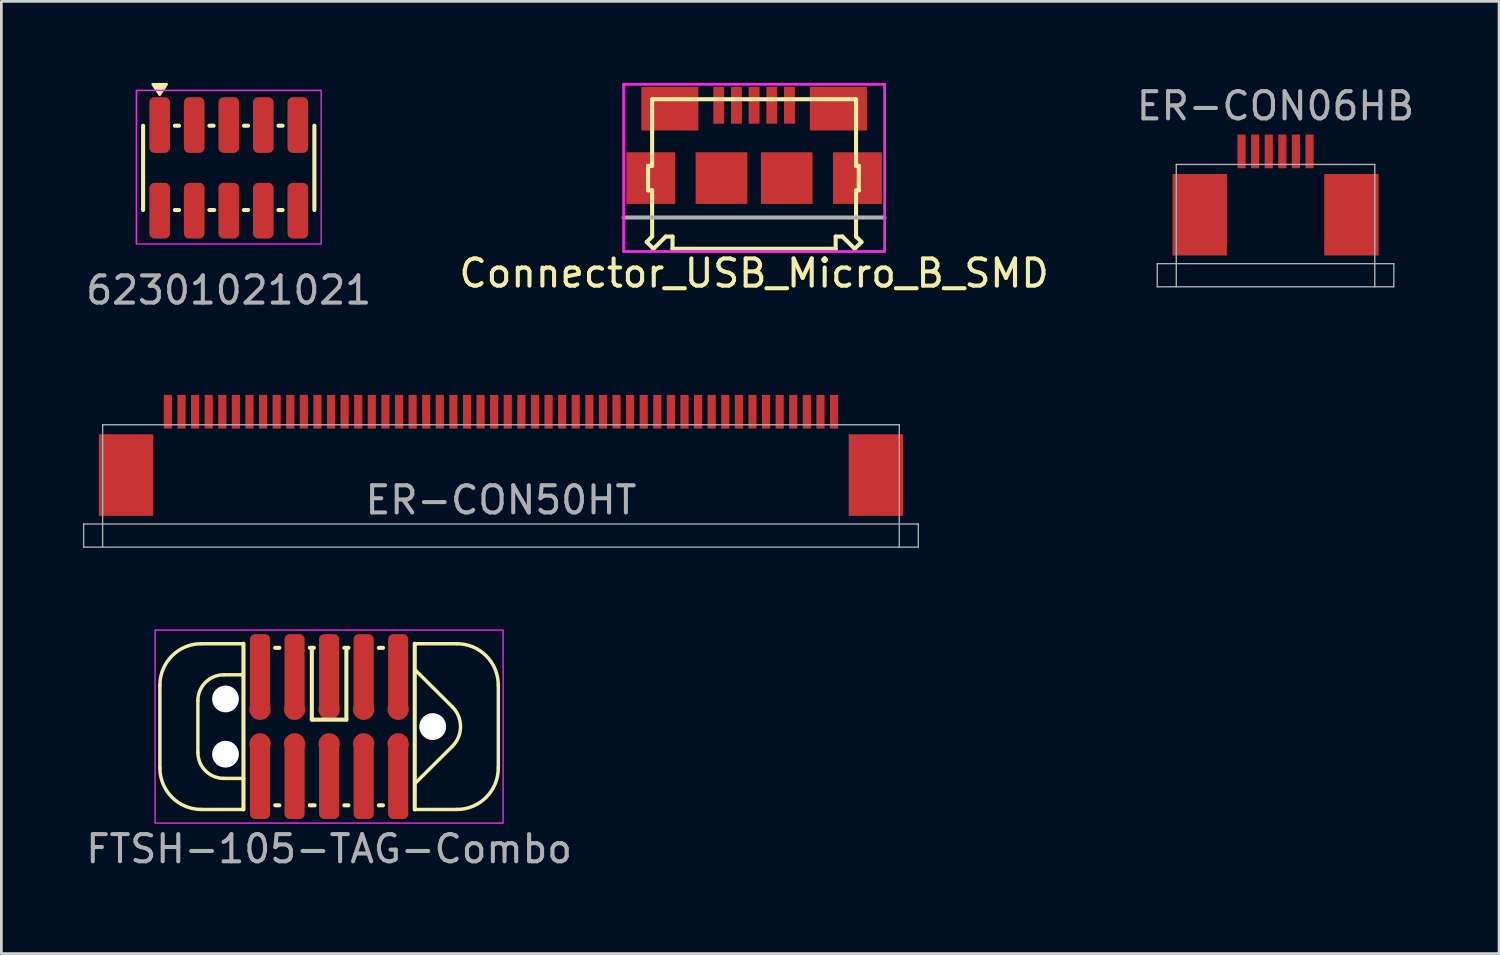
<source format=kicad_pcb>
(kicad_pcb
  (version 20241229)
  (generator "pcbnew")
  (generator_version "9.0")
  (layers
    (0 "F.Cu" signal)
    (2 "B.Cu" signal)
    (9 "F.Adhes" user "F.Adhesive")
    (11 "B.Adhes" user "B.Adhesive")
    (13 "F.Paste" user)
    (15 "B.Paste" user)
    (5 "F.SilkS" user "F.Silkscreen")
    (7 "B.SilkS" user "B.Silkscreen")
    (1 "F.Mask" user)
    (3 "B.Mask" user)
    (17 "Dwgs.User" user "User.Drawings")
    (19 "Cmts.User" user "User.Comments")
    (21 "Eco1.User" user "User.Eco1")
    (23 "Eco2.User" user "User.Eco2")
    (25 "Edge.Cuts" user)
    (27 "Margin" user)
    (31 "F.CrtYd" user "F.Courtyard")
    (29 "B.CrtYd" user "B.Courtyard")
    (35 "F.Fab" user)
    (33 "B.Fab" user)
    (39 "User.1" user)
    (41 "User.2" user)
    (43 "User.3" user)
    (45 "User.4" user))
  (footprint "ER-CON50HT"
    (layer "F.Cu")
    (at 15.375 14.423)
    (property "Reference" "ER-CON50HT" (at 0 0.92 0) (layer "F.Fab") (effects (font (size 1 1) (thickness 0.15))))
    (attr smd)
    (fp_line (start -15.35 1.8) (end -15.35 2.65) (stroke (width 0.05) (type solid)) (layer "F.Fab"))
    (fp_line (start -15.35 1.8) (end 15.35 1.8) (stroke (width 0.05) (type solid)) (layer "F.Fab"))
    (fp_line (start -15.35 2.65) (end 15.35 2.65) (stroke (width 0.05) (type solid)) (layer "F.Fab"))
    (fp_line (start -14.65 -1.85) (end -14.65 2.65) (stroke (width 0.05) (type solid)) (layer "F.Fab"))
    (fp_line (start 14.65 -1.85) (end -14.65 -1.85) (stroke (width 0.05) (type solid)) (layer "F.Fab"))
    (fp_line (start 14.65 2.65) (end 14.65 -1.85) (stroke (width 0.05) (type solid)) (layer "F.Fab"))
    (fp_line (start 15.35 1.8) (end 15.35 2.65) (stroke (width 0.05) (type solid)) (layer "F.Fab"))
    (pad "1" smd rect (at -12.25 -2.33) (size 0.3 1.24) (layers "F.Cu" "F.Mask" "F.Paste"))
    (pad "2" smd rect (at -11.75 -2.33) (size 0.3 1.24) (layers "F.Cu" "F.Mask" "F.Paste"))
    (pad "3" smd rect (at -11.25 -2.33) (size 0.3 1.24) (layers "F.Cu" "F.Mask" "F.Paste"))
    (pad "4" smd rect (at -10.75 -2.33) (size 0.3 1.24) (layers "F.Cu" "F.Mask" "F.Paste"))
    (pad "5" smd rect (at -10.25 -2.33) (size 0.3 1.24) (layers "F.Cu" "F.Mask" "F.Paste"))
    (pad "6" smd rect (at -9.75 -2.33) (size 0.3 1.24) (layers "F.Cu" "F.Mask" "F.Paste"))
    (pad "7" smd rect (at -9.25 -2.33) (size 0.3 1.24) (layers "F.Cu" "F.Mask" "F.Paste"))
    (pad "8" smd rect (at -8.75 -2.33) (size 0.3 1.24) (layers "F.Cu" "F.Mask" "F.Paste"))
    (pad "9" smd rect (at -8.25 -2.33) (size 0.3 1.24) (layers "F.Cu" "F.Mask" "F.Paste"))
    (pad "10" smd rect (at -7.75 -2.33) (size 0.3 1.24) (layers "F.Cu" "F.Mask" "F.Paste"))
    (pad "11" smd rect (at -7.25 -2.33) (size 0.3 1.24) (layers "F.Cu" "F.Mask" "F.Paste"))
    (pad "12" smd rect (at -6.75 -2.33) (size 0.3 1.24) (layers "F.Cu" "F.Mask" "F.Paste"))
    (pad "13" smd rect (at -6.25 -2.33) (size 0.3 1.24) (layers "F.Cu" "F.Mask" "F.Paste"))
    (pad "14" smd rect (at -5.75 -2.33) (size 0.3 1.24) (layers "F.Cu" "F.Mask" "F.Paste"))
    (pad "15" smd rect (at -5.25 -2.33) (size 0.3 1.24) (layers "F.Cu" "F.Mask" "F.Paste"))
    (pad "16" smd rect (at -4.75 -2.33) (size 0.3 1.24) (layers "F.Cu" "F.Mask" "F.Paste"))
    (pad "17" smd rect (at -4.25 -2.33) (size 0.3 1.24) (layers "F.Cu" "F.Mask" "F.Paste"))
    (pad "18" smd rect (at -3.75 -2.33) (size 0.3 1.24) (layers "F.Cu" "F.Mask" "F.Paste"))
    (pad "19" smd rect (at -3.25 -2.33) (size 0.3 1.24) (layers "F.Cu" "F.Mask" "F.Paste"))
    (pad "20" smd rect (at -2.75 -2.33) (size 0.3 1.24) (layers "F.Cu" "F.Mask" "F.Paste"))
    (pad "21" smd rect (at -2.25 -2.33) (size 0.3 1.24) (layers "F.Cu" "F.Mask" "F.Paste"))
    (pad "22" smd rect (at -1.75 -2.33) (size 0.3 1.24) (layers "F.Cu" "F.Mask" "F.Paste"))
    (pad "23" smd rect (at -1.25 -2.33) (size 0.3 1.24) (layers "F.Cu" "F.Mask" "F.Paste"))
    (pad "24" smd rect (at -0.75 -2.33) (size 0.3 1.24) (layers "F.Cu" "F.Mask" "F.Paste"))
    (pad "25" smd rect (at -0.25 -2.33) (size 0.3 1.24) (layers "F.Cu" "F.Mask" "F.Paste"))
    (pad "26" smd rect (at 0.25 -2.33) (size 0.3 1.24) (layers "F.Cu" "F.Mask" "F.Paste"))
    (pad "27" smd rect (at 0.75 -2.33) (size 0.3 1.24) (layers "F.Cu" "F.Mask" "F.Paste"))
    (pad "28" smd rect (at 1.25 -2.33) (size 0.3 1.24) (layers "F.Cu" "F.Mask" "F.Paste"))
    (pad "29" smd rect (at 1.75 -2.33) (size 0.3 1.24) (layers "F.Cu" "F.Mask" "F.Paste"))
    (pad "30" smd rect (at 2.25 -2.33) (size 0.3 1.24) (layers "F.Cu" "F.Mask" "F.Paste"))
    (pad "31" smd rect (at 2.75 -2.33) (size 0.3 1.24) (layers "F.Cu" "F.Mask" "F.Paste"))
    (pad "32" smd rect (at 3.25 -2.33) (size 0.3 1.24) (layers "F.Cu" "F.Mask" "F.Paste"))
    (pad "33" smd rect (at 3.75 -2.33) (size 0.3 1.24) (layers "F.Cu" "F.Mask" "F.Paste"))
    (pad "34" smd rect (at 4.25 -2.33) (size 0.3 1.24) (layers "F.Cu" "F.Mask" "F.Paste"))
    (pad "35" smd rect (at 4.75 -2.33) (size 0.3 1.24) (layers "F.Cu" "F.Mask" "F.Paste"))
    (pad "36" smd rect (at 5.25 -2.33) (size 0.3 1.24) (layers "F.Cu" "F.Mask" "F.Paste"))
    (pad "37" smd rect (at 5.75 -2.33) (size 0.3 1.24) (layers "F.Cu" "F.Mask" "F.Paste"))
    (pad "38" smd rect (at 6.25 -2.33) (size 0.3 1.24) (layers "F.Cu" "F.Mask" "F.Paste"))
    (pad "39" smd rect (at 6.75 -2.33) (size 0.3 1.24) (layers "F.Cu" "F.Mask" "F.Paste"))
    (pad "40" smd rect (at 7.25 -2.33) (size 0.3 1.24) (layers "F.Cu" "F.Mask" "F.Paste"))
    (pad "41" smd rect (at 7.75 -2.33) (size 0.3 1.24) (layers "F.Cu" "F.Mask" "F.Paste"))
    (pad "42" smd rect (at 8.25 -2.33) (size 0.3 1.24) (layers "F.Cu" "F.Mask" "F.Paste"))
    (pad "43" smd rect (at 8.75 -2.33) (size 0.3 1.24) (layers "F.Cu" "F.Mask" "F.Paste"))
    (pad "44" smd rect (at 9.25 -2.33) (size 0.3 1.24) (layers "F.Cu" "F.Mask" "F.Paste"))
    (pad "45" smd rect (at 9.75 -2.33) (size 0.3 1.24) (layers "F.Cu" "F.Mask" "F.Paste"))
    (pad "46" smd rect (at 10.25 -2.33) (size 0.3 1.24) (layers "F.Cu" "F.Mask" "F.Paste"))
    (pad "47" smd rect (at 10.75 -2.33) (size 0.3 1.24) (layers "F.Cu" "F.Mask" "F.Paste"))
    (pad "48" smd rect (at 11.25 -2.33) (size 0.3 1.24) (layers "F.Cu" "F.Mask" "F.Paste"))
    (pad "49" smd rect (at 11.75 -2.33) (size 0.3 1.24) (layers "F.Cu" "F.Mask" "F.Paste"))
    (pad "50" smd rect (at 12.25 -2.33) (size 0.3 1.24) (layers "F.Cu" "F.Mask" "F.Paste"))
    (pad "P" smd rect (at -13.79 0) (size 2 3) (layers "F.Cu" "F.Mask" "F.Paste"))
    (pad "P" smd rect (at 13.79 0) (size 2 3) (layers "F.Cu" "F.Mask" "F.Paste")))
  (footprint "FTSH-105-TAG-Combo"
    (layer "F.Cu")
    (at 9.054 23.673)
    (property "Reference" "FTSH-105-TAG-Combo" (at 0 4.5 0) (layer "F.Fab") (effects (font (size 1 1) (thickness 0.15))))
    (attr smd)
    (fp_line (start -6.223 1.524) (end -6.223 -1.524) (stroke (width 0.127) (type solid)) (layer "F.SilkS"))
    (fp_line (start -4.826 0.953) (end -4.826 -0.953) (stroke (width 0.127) (type solid)) (layer "F.SilkS"))
    (fp_line (start -4.699 -3.048) (end -3.15 -3.048) (stroke (width 0.127) (type default)) (layer "F.SilkS"))
    (fp_line (start -4.699 3.048) (end -3.15 3.048) (stroke (width 0.127) (type default)) (layer "F.SilkS"))
    (fp_line (start -3.873 -1.905) (end -3.15 -1.905) (stroke (width 0.127) (type default)) (layer "F.SilkS"))
    (fp_line (start -3.873 1.905) (end -3.14 1.905) (stroke (width 0.127) (type default)) (layer "F.SilkS"))
    (fp_line (start -3.15 3.048) (end -3.15 -3.048) (stroke (width 0.15) (type solid)) (layer "F.SilkS"))
    (fp_line (start -1.981 2.896) (end -1.829 2.896) (stroke (width 0.15) (type solid)) (layer "F.SilkS"))
    (fp_line (start -1.829 -2.896) (end -1.981 -2.896) (stroke (width 0.15) (type solid)) (layer "F.SilkS"))
    (fp_line (start -0.711 2.896) (end -0.533 2.896) (stroke (width 0.15) (type solid)) (layer "F.SilkS"))
    (fp_line (start -0.635 -0.254) (end -0.635 -2.794) (stroke (width 0.15) (type solid)) (layer "F.SilkS"))
    (fp_line (start -0.559 -2.896) (end -0.711 -2.896) (stroke (width 0.15) (type solid)) (layer "F.SilkS"))
    (fp_line (start 0.559 2.896) (end 0.711 2.896) (stroke (width 0.15) (type solid)) (layer "F.SilkS"))
    (fp_line (start 0.635 -2.794) (end 0.635 -0.254) (stroke (width 0.15) (type solid)) (layer "F.SilkS"))
    (fp_line (start 0.635 -0.254) (end -0.635 -0.254) (stroke (width 0.15) (type solid)) (layer "F.SilkS"))
    (fp_line (start 0.711 -2.896) (end 0.559 -2.896) (stroke (width 0.15) (type solid)) (layer "F.SilkS"))
    (fp_line (start 1.829 2.896) (end 1.981 2.896) (stroke (width 0.15) (type solid)) (layer "F.SilkS"))
    (fp_line (start 1.981 -2.896) (end 1.829 -2.896) (stroke (width 0.15) (type solid)) (layer "F.SilkS"))
    (fp_line (start 3.15 3.048) (end 3.15 -3.048) (stroke (width 0.15) (type solid)) (layer "F.SilkS"))
    (fp_line (start 4.534 -0.724) (end 3.15 -2.1) (stroke (width 0.127) (type solid)) (layer "F.SilkS"))
    (fp_line (start 4.534 0.724) (end 3.15 2.1) (stroke (width 0.127) (type solid)) (layer "F.SilkS"))
    (fp_line (start 4.699 -3.048) (end 3.15 -3.048) (stroke (width 0.127) (type default)) (layer "F.SilkS"))
    (fp_line (start 4.699 3.048) (end 3.15 3.048) (stroke (width 0.127) (type default)) (layer "F.SilkS"))
    (fp_line (start 6.223 -1.524) (end 6.223 1.524) (stroke (width 0.127) (type solid)) (layer "F.SilkS"))
    (fp_arc (start -6.223 -1.524) (mid -5.776631 -2.601631) (end -4.699 -3.048) (stroke (width 0.127) (type solid)) (layer "F.SilkS"))
    (fp_arc (start -4.826 -0.9525) (mid -4.547019 -1.626019) (end -3.8735 -1.905) (stroke (width 0.127) (type solid)) (layer "F.SilkS"))
    (fp_arc (start -4.699 3.048) (mid -5.776631 2.601631) (end -6.223 1.524) (stroke (width 0.127) (type solid)) (layer "F.SilkS"))
    (fp_arc (start -3.8735 1.905) (mid -4.547019 1.626019) (end -4.826 0.9525) (stroke (width 0.127) (type solid)) (layer "F.SilkS"))
    (fp_arc (start 4.5339 -0.7239) (mid 4.833749 0) (end 4.5339 0.7239) (stroke (width 0.127) (type solid)) (layer "F.SilkS"))
    (fp_arc (start 4.699 -3.048) (mid 5.776631 -2.601631) (end 6.223 -1.524) (stroke (width 0.127) (type solid)) (layer "F.SilkS"))
    (fp_arc (start 6.223 1.524) (mid 5.776631 2.601631) (end 4.699 3.048) (stroke (width 0.127) (type solid)) (layer "F.SilkS"))
    (fp_rect (start -6.4 -3.55) (end 6.4 3.55) (stroke (width 0.05) (type default)) (fill no) (layer "F.CrtYd"))
    (pad "" np_thru_hole circle (at -3.81 -1.016 180) (size 0.986 0.986) (drill 0.986) (layers "*.Cu" "*.Mask"))
    (pad "" np_thru_hole circle (at -3.81 1.016 180) (size 0.986 0.986) (drill 0.986) (layers "*.Cu" "*.Mask"))
    (pad "" np_thru_hole circle (at 3.81 0 180) (size 0.988 0.988) (drill 0.988) (layers "*.Cu" "*.Mask"))
    (pad "1" smd roundrect (at 2.54 -2 180) (size 0.74 2.8) (layers "F.Cu" "F.Mask" "F.Paste") (roundrect_rratio 0.25))
    (pad "1" connect circle (at 2.54 -0.635 180) (size 0.785 0.785) (layers "F.Cu" "F.Mask"))
    (pad "2" connect circle (at 2.54 0.635 180) (size 0.785 0.785) (layers "F.Cu" "F.Mask"))
    (pad "2" smd roundrect (at 2.54 2 180) (size 0.74 2.8) (layers "F.Cu" "F.Mask" "F.Paste") (roundrect_rratio 0.25))
    (pad "3" smd roundrect (at 1.27 -2 180) (size 0.74 2.8) (layers "F.Cu" "F.Mask" "F.Paste") (roundrect_rratio 0.25))
    (pad "3" connect circle (at 1.27 -0.635 180) (size 0.785 0.785) (layers "F.Cu" "F.Mask"))
    (pad "4" connect circle (at 1.27 0.635 180) (size 0.785 0.785) (layers "F.Cu" "F.Mask"))
    (pad "4" smd roundrect (at 1.27 2 180) (size 0.74 2.8) (layers "F.Cu" "F.Mask" "F.Paste") (roundrect_rratio 0.25))
    (pad "5" smd roundrect (at 0 -2 180) (size 0.74 2.8) (layers "F.Cu" "F.Mask" "F.Paste") (roundrect_rratio 0.25))
    (pad "5" connect circle (at 0 -0.635 180) (size 0.785 0.785) (layers "F.Cu" "F.Mask"))
    (pad "6" connect circle (at 0 0.635 180) (size 0.785 0.785) (layers "F.Cu" "F.Mask"))
    (pad "6" smd roundrect (at 0 2 180) (size 0.74 2.8) (layers "F.Cu" "F.Mask" "F.Paste") (roundrect_rratio 0.25))
    (pad "7" smd roundrect (at -1.27 -2 180) (size 0.74 2.8) (layers "F.Cu" "F.Mask" "F.Paste") (roundrect_rratio 0.25))
    (pad "7" connect circle (at -1.27 -0.635 180) (size 0.785 0.785) (layers "F.Cu" "F.Mask"))
    (pad "8" connect circle (at -1.27 0.635 180) (size 0.785 0.785) (layers "F.Cu" "F.Mask"))
    (pad "8" smd roundrect (at -1.27 2 180) (size 0.74 2.8) (layers "F.Cu" "F.Mask" "F.Paste") (roundrect_rratio 0.25))
    (pad "9" smd roundrect (at -2.54 -2 180) (size 0.74 2.8) (layers "F.Cu" "F.Mask" "F.Paste") (roundrect_rratio 0.25))
    (pad "9" connect circle (at -2.54 -0.635 180) (size 0.785 0.785) (layers "F.Cu" "F.Mask"))
    (pad "10" connect circle (at -2.54 0.635 180) (size 0.785 0.785) (layers "F.Cu" "F.Mask"))
    (pad "10" smd roundrect (at -2.54 2 180) (size 0.74 2.8) (layers "F.Cu" "F.Mask" "F.Paste") (roundrect_rratio 0.25)))
  (footprint "Connector_USB_Micro_B_SMD"
    (layer "F.Cu")
    (at 24.685 3.5)
    (property "Reference" "Connector_USB_Micro_B_SMD" (at 0 3.5 0) (layer "F.SilkS") (effects (font (size 1 1) (thickness 0.15))))
    (attr through_hole)
    (fp_line (start -3.95 2.35) (end -3.7 2.6) (stroke (width 0.15) (type solid)) (layer "F.SilkS"))
    (fp_line (start -3.9 -0.45) (end -3.9 0.45) (stroke (width 0.15) (type solid)) (layer "F.SilkS"))
    (fp_line (start -3.9 0.45) (end -3.75 0.45) (stroke (width 0.15) (type solid)) (layer "F.SilkS"))
    (fp_line (start -3.75 -2.9) (end -3.75 -0.45) (stroke (width 0.15) (type solid)) (layer "F.SilkS"))
    (fp_line (start -3.75 -2.9) (end 3.75 -2.9) (stroke (width 0.15) (type solid)) (layer "F.SilkS"))
    (fp_line (start -3.75 -0.45) (end -3.9 -0.45) (stroke (width 0.15) (type solid)) (layer "F.SilkS"))
    (fp_line (start -3.75 0.45) (end -3.75 2.15) (stroke (width 0.15) (type solid)) (layer "F.SilkS"))
    (fp_line (start -3.75 2.15) (end -3.95 2.35) (stroke (width 0.15) (type solid)) (layer "F.SilkS"))
    (fp_line (start -3.7 2.6) (end -3.25 2.15) (stroke (width 0.15) (type solid)) (layer "F.SilkS"))
    (fp_line (start -3.25 2.15) (end -3 2.15) (stroke (width 0.15) (type solid)) (layer "F.SilkS"))
    (fp_line (start -3 2.15) (end -3 2.6) (stroke (width 0.15) (type solid)) (layer "F.SilkS"))
    (fp_line (start -3 2.6) (end 3 2.6) (stroke (width 0.15) (type solid)) (layer "F.SilkS"))
    (fp_line (start 3 2.15) (end 3 2.6) (stroke (width 0.15) (type solid)) (layer "F.SilkS"))
    (fp_line (start 3.25 2.15) (end 3 2.15) (stroke (width 0.15) (type solid)) (layer "F.SilkS"))
    (fp_line (start 3.7 2.6) (end 3.25 2.15) (stroke (width 0.15) (type solid)) (layer "F.SilkS"))
    (fp_line (start 3.75 -2.9) (end 3.75 -0.45) (stroke (width 0.15) (type solid)) (layer "F.SilkS"))
    (fp_line (start 3.75 -0.45) (end 3.85 -0.45) (stroke (width 0.15) (type solid)) (layer "F.SilkS"))
    (fp_line (start 3.75 0.45) (end 3.75 2.15) (stroke (width 0.15) (type solid)) (layer "F.SilkS"))
    (fp_line (start 3.75 2.15) (end 3.95 2.35) (stroke (width 0.15) (type solid)) (layer "F.SilkS"))
    (fp_line (start 3.85 -0.45) (end 3.85 0.45) (stroke (width 0.15) (type solid)) (layer "F.SilkS"))
    (fp_line (start 3.85 0.45) (end 3.75 0.45) (stroke (width 0.15) (type solid)) (layer "F.SilkS"))
    (fp_line (start 3.95 2.35) (end 3.7 2.6) (stroke (width 0.15) (type solid)) (layer "F.SilkS"))
    (fp_line (start -4.8 -3.45) (end 4.8 -3.45) (stroke (width 0.1) (type solid)) (layer "F.CrtYd"))
    (fp_line (start -4.8 2.7) (end -4.8 -3.45) (stroke (width 0.1) (type solid)) (layer "F.CrtYd"))
    (fp_line (start 4.8 -3.45) (end 4.8 2.7) (stroke (width 0.1) (type solid)) (layer "F.CrtYd"))
    (fp_line (start 4.8 2.7) (end -4.8 2.7) (stroke (width 0.1) (type solid)) (layer "F.CrtYd"))
    (fp_line (start -4.8 1.45) (end 4.8 1.45) (stroke (width 0.15) (type solid)) (layer "F.Fab"))
    (pad "1" smd rect (at -1.3 -2.675) (size 0.4 1.35) (layers "F.Cu" "F.Mask" "F.Paste"))
    (pad "2" smd rect (at -0.65 -2.675) (size 0.4 1.35) (layers "F.Cu" "F.Mask" "F.Paste"))
    (pad "3" smd rect (at 0 -2.675) (size 0.4 1.35) (layers "F.Cu" "F.Mask" "F.Paste"))
    (pad "4" smd rect (at 0.65 -2.675) (size 0.4 1.35) (layers "F.Cu" "F.Mask" "F.Paste"))
    (pad "5" smd rect (at 1.3 -2.675) (size 0.4 1.35) (layers "F.Cu" "F.Mask" "F.Paste"))
    (pad "GND" smd rect (at -3.8 0) (size 1.8 1.9) (layers "F.Cu" "F.Mask" "F.Paste"))
    (pad "GND" smd rect (at -3.1 -2.55) (size 2.1 1.6) (layers "F.Cu" "F.Mask" "F.Paste"))
    (pad "GND" smd rect (at -1.2 0) (size 1.9 1.9) (layers "F.Cu" "F.Mask" "F.Paste"))
    (pad "GND" smd rect (at 1.2 0) (size 1.9 1.9) (layers "F.Cu" "F.Mask" "F.Paste"))
    (pad "GND" smd rect (at 3.1 -2.55) (size 2.1 1.6) (layers "F.Cu" "F.Mask" "F.Paste"))
    (pad "GND" smd rect (at 3.8 0) (size 1.8 1.9) (layers "F.Cu" "F.Mask" "F.Paste")))
  (footprint "62301021021"
    (layer "F.Cu")
    (at 5.363 3.124)
    (property "Reference" "62301021021" (at 0 4.5 0) (layer "F.Fab") (effects (font (size 1 1) (thickness 0.15))))
    (attr smd)
    (fp_line (start -3.15 1.55) (end -3.15 -1.55) (stroke (width 0.15) (type solid)) (layer "F.SilkS"))
    (fp_line (start -1.981 1.55) (end -1.829 1.55) (stroke (width 0.15) (type solid)) (layer "F.SilkS"))
    (fp_line (start -1.829 -1.55) (end -1.981 -1.55) (stroke (width 0.15) (type solid)) (layer "F.SilkS"))
    (fp_line (start -0.711 1.55) (end -0.533 1.55) (stroke (width 0.15) (type solid)) (layer "F.SilkS"))
    (fp_line (start -0.559 -1.55) (end -0.711 -1.55) (stroke (width 0.15) (type solid)) (layer "F.SilkS"))
    (fp_line (start 0.559 1.55) (end 0.711 1.55) (stroke (width 0.15) (type solid)) (layer "F.SilkS"))
    (fp_line (start 0.711 -1.55) (end 0.559 -1.55) (stroke (width 0.15) (type solid)) (layer "F.SilkS"))
    (fp_line (start 1.829 1.55) (end 1.981 1.55) (stroke (width 0.15) (type solid)) (layer "F.SilkS"))
    (fp_line (start 1.981 -1.55) (end 1.829 -1.55) (stroke (width 0.15) (type solid)) (layer "F.SilkS"))
    (fp_line (start 3.15 1.55) (end 3.15 -1.55) (stroke (width 0.15) (type solid)) (layer "F.SilkS"))
    (fp_poly (pts (xy -2.54 -2.693) (xy -2.794 -3.074) (xy -2.286 -3.074)) (stroke (width 0.1) (type solid)) (fill yes) (layer "F.SilkS"))
    (fp_rect (start -3.4 -2.85) (end 3.4 2.8) (stroke (width 0.05) (type default)) (fill no) (layer "F.CrtYd"))
    (pad "1" smd roundrect (at -2.54 -1.575 180) (size 0.76 2.05) (layers "F.Cu" "F.Mask" "F.Paste") (roundrect_rratio 0.25))
    (pad "2" smd roundrect (at -2.54 1.575 180) (size 0.76 2.05) (layers "F.Cu" "F.Mask" "F.Paste") (roundrect_rratio 0.25))
    (pad "3" smd roundrect (at -1.27 -1.575 180) (size 0.76 2.05) (layers "F.Cu" "F.Mask" "F.Paste") (roundrect_rratio 0.25))
    (pad "4" smd roundrect (at -1.27 1.575 180) (size 0.76 2.05) (layers "F.Cu" "F.Mask" "F.Paste") (roundrect_rratio 0.25))
    (pad "5" smd roundrect (at 0 -1.575 180) (size 0.76 2.05) (layers "F.Cu" "F.Mask" "F.Paste") (roundrect_rratio 0.25))
    (pad "6" smd roundrect (at 0 1.575 180) (size 0.76 2.05) (layers "F.Cu" "F.Mask" "F.Paste") (roundrect_rratio 0.25))
    (pad "7" smd roundrect (at 1.27 -1.575 180) (size 0.76 2.05) (layers "F.Cu" "F.Mask" "F.Paste") (roundrect_rratio 0.25))
    (pad "8" smd roundrect (at 1.27 1.575 180) (size 0.76 2.05) (layers "F.Cu" "F.Mask" "F.Paste") (roundrect_rratio 0.25))
    (pad "9" smd roundrect (at 2.54 -1.575 180) (size 0.76 2.05) (layers "F.Cu" "F.Mask" "F.Paste") (roundrect_rratio 0.25))
    (pad "10" smd roundrect (at 2.54 1.575 180) (size 0.76 2.05) (layers "F.Cu" "F.Mask" "F.Paste") (roundrect_rratio 0.25)))
  (footprint "ER-CON06HB"
    (layer "F.Cu")
    (at 43.863 4.848)
    (property "Reference" "ER-CON06HB" (at 0 -4 0) (layer "F.Fab") (effects (font (size 1 1) (thickness 0.15))))
    (attr smd)
    (fp_line (start -4.35 1.8) (end -4.35 2.65) (stroke (width 0.05) (type solid)) (layer "F.Fab"))
    (fp_line (start -4.35 1.8) (end 4.35 1.8) (stroke (width 0.05) (type solid)) (layer "F.Fab"))
    (fp_line (start -4.35 2.65) (end 4.35 2.65) (stroke (width 0.05) (type solid)) (layer "F.Fab"))
    (fp_line (start -3.65 -1.85) (end -3.65 2.65) (stroke (width 0.05) (type solid)) (layer "F.Fab"))
    (fp_line (start 3.65 -1.85) (end -3.65 -1.85) (stroke (width 0.05) (type solid)) (layer "F.Fab"))
    (fp_line (start 3.65 2.65) (end 3.65 -1.85) (stroke (width 0.05) (type solid)) (layer "F.Fab"))
    (fp_line (start 4.35 1.8) (end 4.35 2.65) (stroke (width 0.05) (type solid)) (layer "F.Fab"))
    (pad "1" smd rect (at -1.25 -2.33) (size 0.3 1.24) (layers "F.Cu" "F.Mask" "F.Paste"))
    (pad "2" smd rect (at -0.75 -2.33) (size 0.3 1.24) (layers "F.Cu" "F.Mask" "F.Paste"))
    (pad "3" smd rect (at -0.25 -2.33) (size 0.3 1.24) (layers "F.Cu" "F.Mask" "F.Paste"))
    (pad "4" smd rect (at 0.25 -2.33) (size 0.3 1.24) (layers "F.Cu" "F.Mask" "F.Paste"))
    (pad "5" smd rect (at 0.75 -2.33) (size 0.3 1.24) (layers "F.Cu" "F.Mask" "F.Paste"))
    (pad "6" smd rect (at 1.25 -2.33) (size 0.3 1.24) (layers "F.Cu" "F.Mask" "F.Paste"))
    (pad "P" smd rect (at -2.79 0) (size 2 3) (layers "F.Cu" "F.Mask" "F.Paste"))
    (pad "P" smd rect (at 2.79 0) (size 2 3) (layers "F.Cu" "F.Mask" "F.Paste")))
  (gr_rect
    (start -3 -3)
    (end 52.083 32.021)
    (stroke (width 0.1) (type default))
    (fill no)
    (layer "Edge.Cuts")))
</source>
